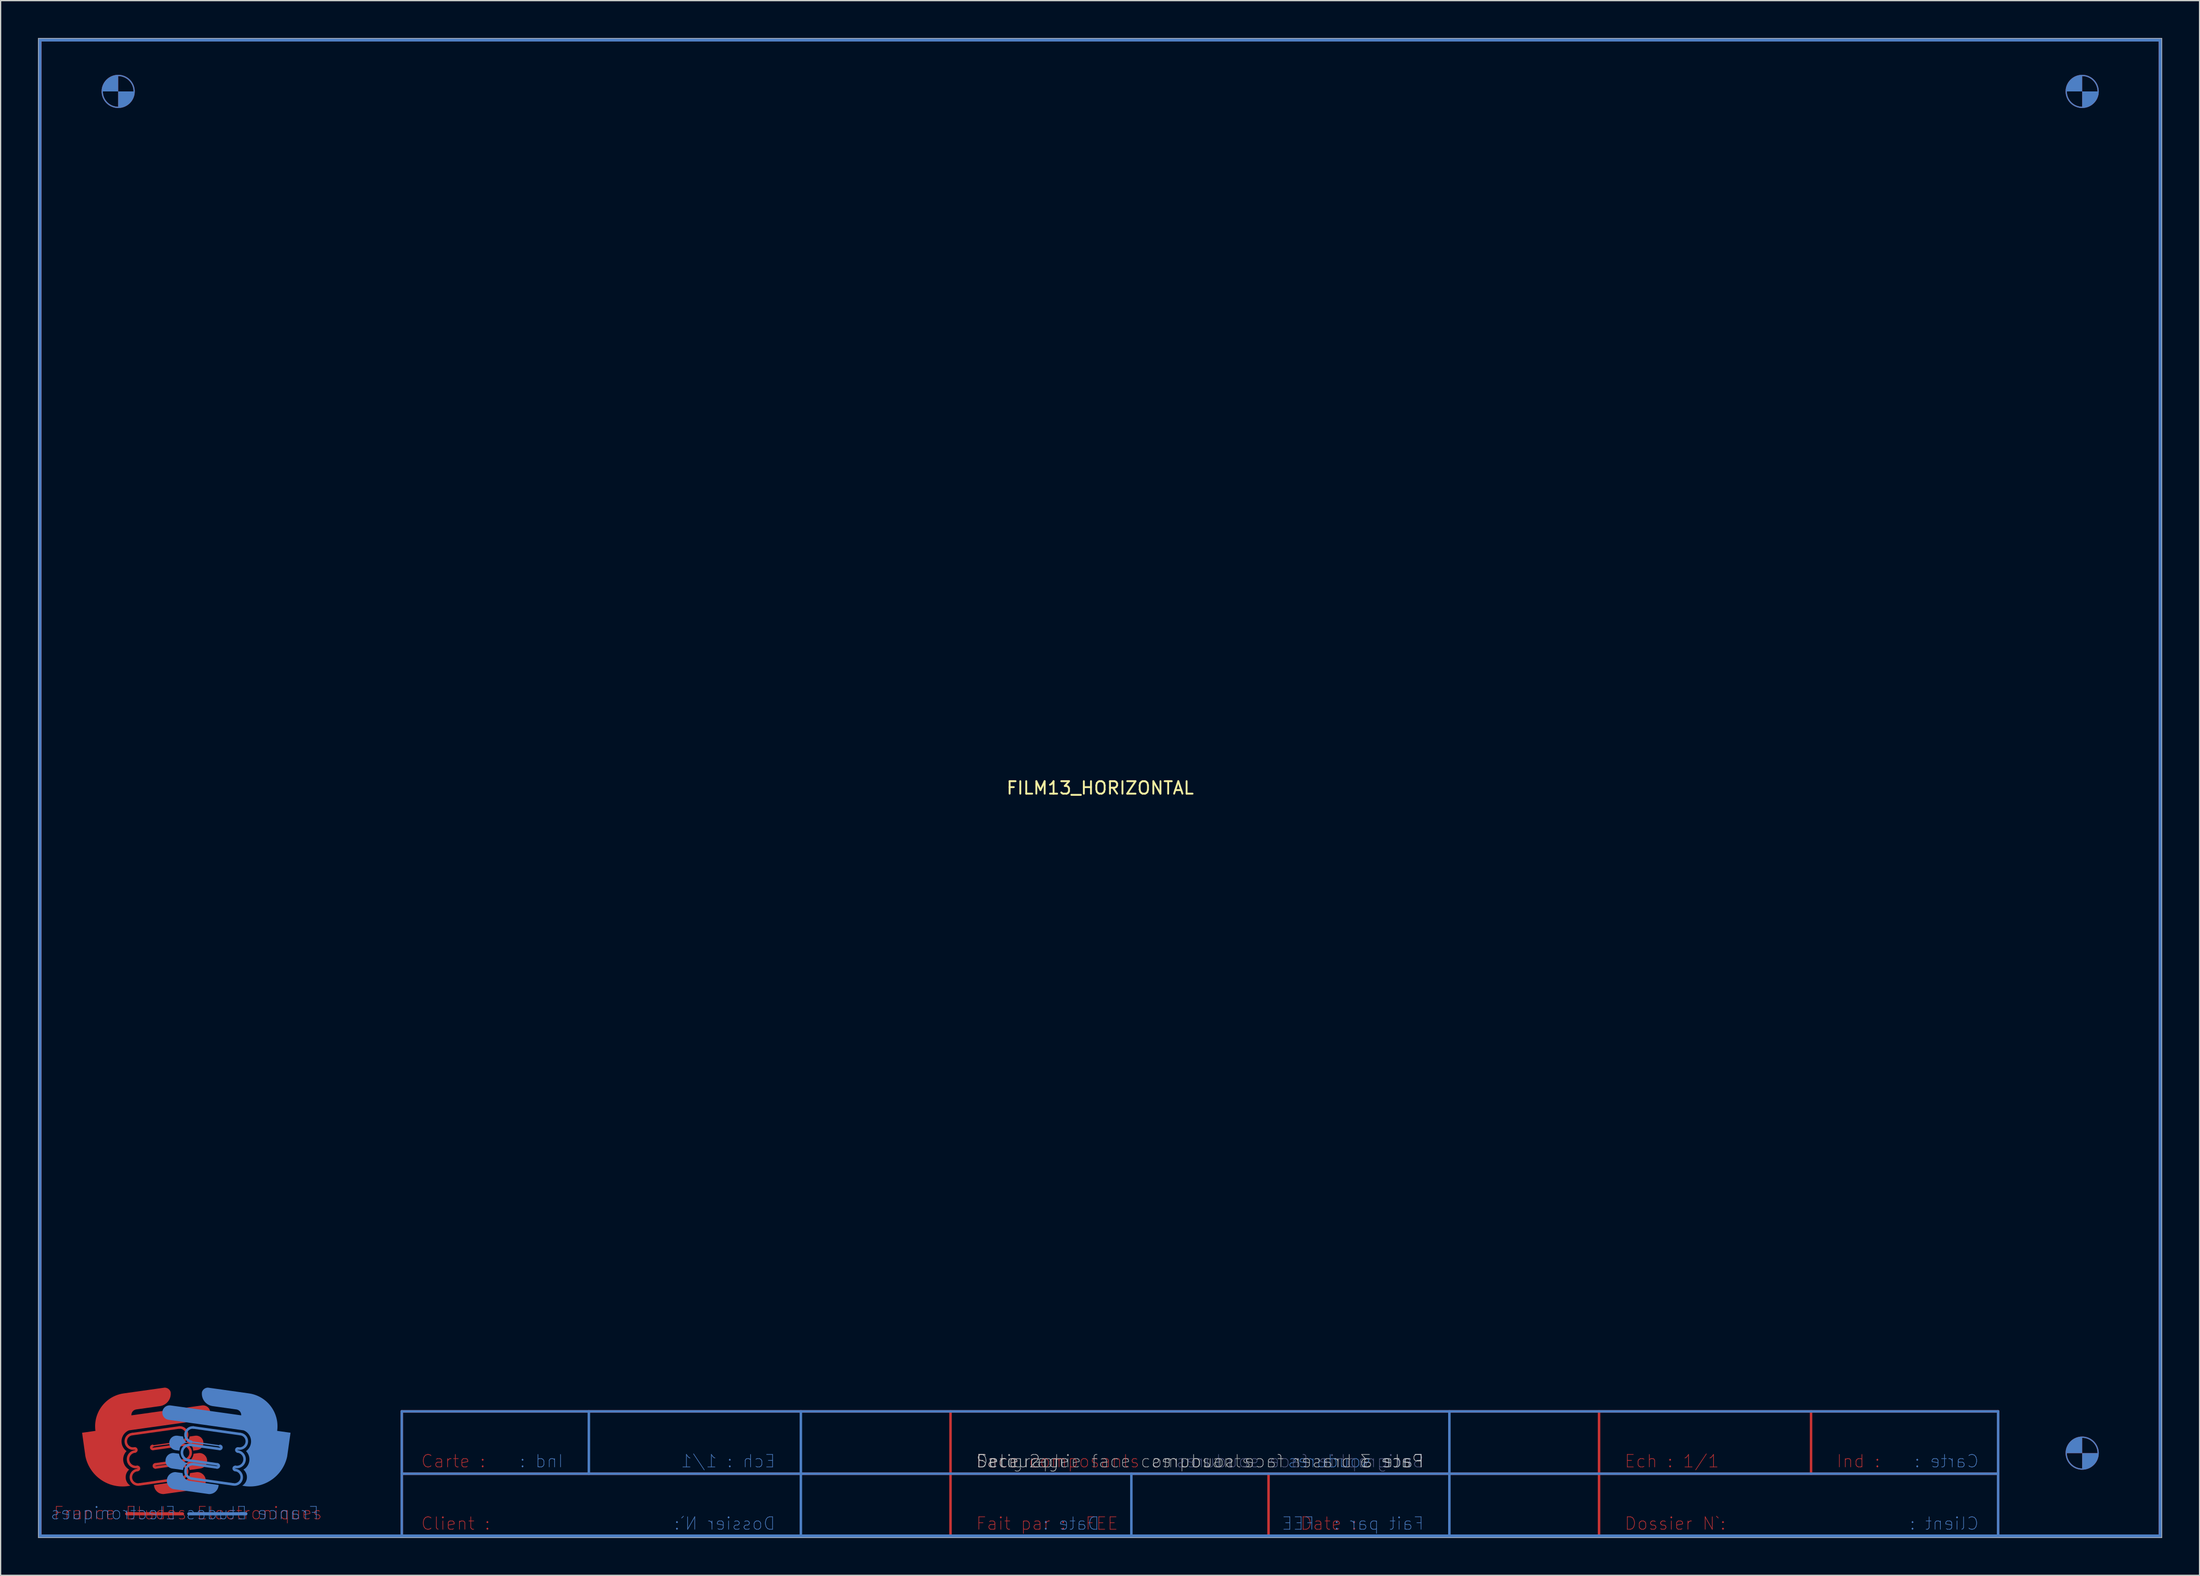
<source format=kicad_pcb>
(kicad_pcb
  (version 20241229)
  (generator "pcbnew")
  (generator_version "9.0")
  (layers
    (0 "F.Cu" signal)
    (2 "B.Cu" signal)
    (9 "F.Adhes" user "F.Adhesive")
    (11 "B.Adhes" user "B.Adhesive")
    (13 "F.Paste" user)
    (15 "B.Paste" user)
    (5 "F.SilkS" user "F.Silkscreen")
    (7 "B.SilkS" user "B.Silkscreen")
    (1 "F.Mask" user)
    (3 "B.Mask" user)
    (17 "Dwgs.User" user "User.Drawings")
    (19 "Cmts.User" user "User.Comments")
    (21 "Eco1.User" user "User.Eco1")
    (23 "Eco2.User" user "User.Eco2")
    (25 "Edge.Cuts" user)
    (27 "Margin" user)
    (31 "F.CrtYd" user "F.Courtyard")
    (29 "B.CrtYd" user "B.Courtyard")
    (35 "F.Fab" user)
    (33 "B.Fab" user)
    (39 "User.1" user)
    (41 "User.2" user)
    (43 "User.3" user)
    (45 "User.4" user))
  (footprint "FILM13_HORIZONTAL"
    (placed yes)
    (layer "F.Cu")
    (at 85.166 60.152)
    (property "Reference" "FILM13_HORIZONTAL" (at 0 0 0) (layer "F.SilkS") (effects (font (size 1 1) (thickness 0.15))))
    (attr through_hole)
    (fp_line (start -85 -60) (end -85 60) (stroke (width 0.254) (type solid)) (layer "F.Cu"))
    (fp_line (start -85 60) (end 85 60) (stroke (width 0.254) (type solid)) (layer "F.Cu"))
    (fp_line (start -78.053 58.216) (end -73.583 58.216) (stroke (width 0.254) (type solid)) (layer "F.Cu"))
    (fp_line (start -77.02 55.855) (end -73.726 55.392) (stroke (width 0.203) (type solid)) (layer "F.Cu"))
    (fp_line (start -75.984 52.769) (end -73.678 52.445) (stroke (width 0.1) (type solid)) (layer "F.Cu"))
    (fp_line (start -75.776 54.252) (end -73.469 53.928) (stroke (width 0.203) (type solid)) (layer "F.Cu"))
    (fp_line (start -73.888 54.239) (end -75.741 54.499) (stroke (width 0.203) (type solid)) (layer "F.Cu"))
    (fp_line (start -73.84 51.292) (end -77.588 51.819) (stroke (width 0.203) (type solid)) (layer "F.Cu"))
    (fp_line (start -73.643 52.692) (end -75.949 53.016) (stroke (width 0.203) (type solid)) (layer "F.Cu"))
    (fp_line (start -56 50) (end -56 60) (stroke (width 0.2) (type solid)) (layer "F.Cu"))
    (fp_line (start -56 55) (end 72 55) (stroke (width 0.2) (type solid)) (layer "F.Cu"))
    (fp_line (start -56 60) (end 72 60) (stroke (width 0.2) (type solid)) (layer "F.Cu"))
    (fp_line (start -12 50) (end -12 60) (stroke (width 0.2) (type solid)) (layer "F.Cu"))
    (fp_line (start -12 60) (end -11.5 60) (stroke (width 0.2) (type solid)) (layer "F.Cu"))
    (fp_line (start 13.5 55) (end 13.5 60) (stroke (width 0.2) (type solid)) (layer "F.Cu"))
    (fp_line (start 40 50) (end 40 60) (stroke (width 0.2) (type solid)) (layer "F.Cu"))
    (fp_line (start 57 50) (end 57 55) (stroke (width 0.2) (type solid)) (layer "F.Cu"))
    (fp_line (start 72 50) (end -56 50) (stroke (width 0.2) (type solid)) (layer "F.Cu"))
    (fp_line (start 72 60) (end 72 50) (stroke (width 0.2) (type solid)) (layer "F.Cu"))
    (fp_line (start 85 -60) (end -85 -60) (stroke (width 0.254) (type solid)) (layer "F.Cu"))
    (fp_line (start 85 60) (end 85 -60) (stroke (width 0.254) (type solid)) (layer "F.Cu"))
    (fp_arc (start -77.46002 -55.87001) (mid -80.01996 -55.87001) (end -77.46002 -55.87001) (stroke (width 0.1016) (type solid)) (layer "F.Cu"))
    (fp_arc (start -77.425631 52.97173) (mid -78.12465 52.48197) (end -77.58769 51.81852) (stroke (width 0.2032) (type solid)) (layer "F.Cu"))
    (fp_arc (start -77.42563 52.97173) (mid -77.284132 53.077843) (end -77.39091 53.21884) (stroke (width 0.2032) (type solid)) (layer "F.Cu"))
    (fp_arc (start -77.21727 54.45441) (mid -77.945633 53.926784) (end -77.39091 53.21884) (stroke (width 0.2032) (type solid)) (layer "F.Cu"))
    (fp_arc (start -77.21727 54.45441) (mid -77.07594 54.560542) (end -77.182541 54.701519) (stroke (width 0.2032) (type solid)) (layer "F.Cu"))
    (fp_arc (start -77.020491 55.854719) (mid -77.716421 55.364527) (end -77.18254 54.70152) (stroke (width 0.2032) (type solid)) (layer "F.Cu"))
    (fp_arc (start -75.9494 53.01626) (mid -76.088658 52.909832) (end -75.98412 52.769149) (stroke (width 0.2032) (type solid)) (layer "F.Cu"))
    (fp_arc (start -75.74104 54.49894) (mid -75.880298 54.392512) (end -75.77576 54.251829) (stroke (width 0.2032) (type solid)) (layer "F.Cu"))
    (fp_arc (start -73.88769 54.238501) (mid -73.219015 54.732522) (end -73.72564 55.3917) (stroke (width 0.2032) (type solid)) (layer "F.Cu"))
    (fp_arc (start -73.839789 51.29184) (mid -73.217044 51.792313) (end -73.67773 52.44504) (stroke (width 0.2032) (type solid)) (layer "F.Cu"))
    (fp_arc (start -73.643 52.69215) (mid -72.929379 53.221857) (end -73.46938 53.92772) (stroke (width 0.2032) (type solid)) (layer "F.Cu"))
    (fp_arc (start 80.01998 -55.87001) (mid 77.46002 -55.87001) (end 80.01998 -55.87001) (stroke (width 0.1016) (type solid)) (layer "F.Cu"))
    (fp_arc (start 80.01998 53.34998) (mid 77.46002 53.34998) (end 80.01998 53.34998) (stroke (width 0.1016) (type solid)) (layer "F.Cu"))
    (fp_poly (pts (xy -78.74 -57.15) (xy -78.74 -55.87) (xy -80.02 -55.87) (xy -80.013 -55.975) (xy -79.997 -56.078) (xy -79.973 -56.181) (xy -79.941 -56.281) (xy -79.902 -56.378) (xy -79.854 -56.471) (xy -79.8 -56.561) (xy -79.738 -56.646) (xy -79.67 -56.726) (xy -79.596 -56.8) (xy -79.516 -56.868) (xy -79.431 -56.93) (xy -79.341 -56.984) (xy -79.248 -57.032) (xy -79.151 -57.071) (xy -79.051 -57.103) (xy -78.948 -57.127) (xy -78.845 -57.143) (xy -78.74 -57.15)) (stroke (width 0) (type solid)) (fill yes) (layer "F.Cu"))
    (fp_poly (pts (xy -78.74 -54.59) (xy -78.74 -55.87) (xy -77.46 -55.87) (xy -77.467 -55.765) (xy -77.483 -55.662) (xy -77.507 -55.559) (xy -77.539 -55.459) (xy -77.578 -55.362) (xy -77.626 -55.269) (xy -77.68 -55.179) (xy -77.742 -55.094) (xy -77.81 -55.014) (xy -77.884 -54.94) (xy -77.964 -54.872) (xy -78.049 -54.81) (xy -78.139 -54.756) (xy -78.232 -54.708) (xy -78.329 -54.669) (xy -78.429 -54.637) (xy -78.532 -54.613) (xy -78.635 -54.597) (xy -78.74 -54.59)) (stroke (width 0) (type solid)) (fill yes) (layer "F.Cu"))
    (fp_poly (pts (xy 78.74 -57.15) (xy 78.74 -55.87) (xy 77.46 -55.87) (xy 77.467 -55.975) (xy 77.483 -56.078) (xy 77.507 -56.181) (xy 77.539 -56.281) (xy 77.578 -56.378) (xy 77.626 -56.471) (xy 77.68 -56.561) (xy 77.742 -56.646) (xy 77.81 -56.726) (xy 77.884 -56.8) (xy 77.964 -56.868) (xy 78.049 -56.93) (xy 78.139 -56.984) (xy 78.232 -57.032) (xy 78.329 -57.071) (xy 78.429 -57.103) (xy 78.532 -57.127) (xy 78.635 -57.143) (xy 78.74 -57.15)) (stroke (width 0) (type solid)) (fill yes) (layer "F.Cu"))
    (fp_poly (pts (xy 78.74 -54.59) (xy 78.74 -55.87) (xy 80.02 -55.87) (xy 80.013 -55.765) (xy 79.997 -55.662) (xy 79.973 -55.559) (xy 79.941 -55.459) (xy 79.902 -55.362) (xy 79.854 -55.269) (xy 79.8 -55.179) (xy 79.738 -55.094) (xy 79.67 -55.014) (xy 79.596 -54.94) (xy 79.516 -54.872) (xy 79.431 -54.81) (xy 79.341 -54.756) (xy 79.248 -54.708) (xy 79.151 -54.669) (xy 79.051 -54.637) (xy 78.948 -54.613) (xy 78.845 -54.597) (xy 78.74 -54.59)) (stroke (width 0) (type solid)) (fill yes) (layer "F.Cu"))
    (fp_poly (pts (xy 78.74 52.07) (xy 78.74 53.35) (xy 77.46 53.35) (xy 77.467 53.245) (xy 77.483 53.142) (xy 77.507 53.039) (xy 77.539 52.939) (xy 77.578 52.842) (xy 77.626 52.749) (xy 77.68 52.659) (xy 77.742 52.574) (xy 77.81 52.494) (xy 77.884 52.42) (xy 77.964 52.352) (xy 78.049 52.29) (xy 78.139 52.236) (xy 78.232 52.188) (xy 78.329 52.149) (xy 78.429 52.117) (xy 78.532 52.093) (xy 78.635 52.077) (xy 78.74 52.07)) (stroke (width 0) (type solid)) (fill yes) (layer "F.Cu"))
    (fp_poly (pts (xy 78.74 54.63) (xy 78.74 53.35) (xy 80.02 53.35) (xy 80.013 53.455) (xy 79.997 53.558) (xy 79.973 53.661) (xy 79.941 53.761) (xy 79.902 53.858) (xy 79.854 53.951) (xy 79.8 54.041) (xy 79.738 54.126) (xy 79.67 54.206) (xy 79.596 54.28) (xy 79.516 54.348) (xy 79.431 54.41) (xy 79.341 54.464) (xy 79.248 54.512) (xy 79.151 54.551) (xy 79.051 54.583) (xy 78.948 54.607) (xy 78.845 54.623) (xy 78.74 54.63)) (stroke (width 0) (type solid)) (fill yes) (layer "F.Cu"))
    (fp_poly (pts (xy -72.409 53.107) (xy -72.731 53.152) (xy -72.736 53.044) (xy -72.76 52.938) (xy -72.802 52.839) (xy -72.861 52.748) (xy -72.935 52.669) (xy -73.022 52.604) (xy -73.118 52.555) (xy -73.222 52.524) (xy -73.329 52.512) (xy -73.248 52.452) (xy -73.176 52.381) (xy -73.116 52.3) (xy -73.069 52.211) (xy -73.036 52.115) (xy -73.018 52.016) (xy -72.571 51.953) (xy -72.469 51.947) (xy -72.368 51.959) (xy -72.27 51.989) (xy -72.179 52.035) (xy -72.097 52.096) (xy -72.028 52.17) (xy -71.972 52.255) (xy -71.932 52.349) (xy -71.909 52.448) (xy -71.904 52.55) (xy -71.916 52.651) (xy -71.946 52.749) (xy -71.993 52.84) (xy -72.055 52.921) (xy -72.129 52.99) (xy -72.215 53.045) (xy -72.309 53.084) (xy -72.409 53.107)) (stroke (width 0) (type solid)) (fill yes) (layer "F.Cu"))
    (fp_poly (pts (xy -73.014 54.704) (xy -73.031 54.604) (xy -73.064 54.509) (xy -73.111 54.42) (xy -73.171 54.339) (xy -73.244 54.269) (xy -73.326 54.211) (xy -73.417 54.167) (xy -73.318 54.142) (xy -73.222 54.106) (xy -73.131 54.059) (xy -73.046 54.002) (xy -72.968 53.936) (xy -72.898 53.861) (xy -72.837 53.779) (xy -72.786 53.691) (xy -72.745 53.597) (xy -72.715 53.5) (xy -72.696 53.399) (xy -72.323 53.347) (xy -72.219 53.34) (xy -72.116 53.35) (xy -72.016 53.378) (xy -71.922 53.421) (xy -71.837 53.48) (xy -71.762 53.551) (xy -71.7 53.635) (xy -71.653 53.727) (xy -71.622 53.826) (xy -71.607 53.928) (xy -71.61 54.032) (xy -71.63 54.134) (xy -71.667 54.231) (xy -71.719 54.32) (xy -71.785 54.4) (xy -71.863 54.468) (xy -71.952 54.522) (xy -72.048 54.56) (xy -72.149 54.582) (xy -73.014 54.704)) (stroke (width 0) (type solid)) (fill yes) (layer "F.Cu"))
    (fp_poly (pts (xy -75.869 55.903) (xy -73.563 55.579) (xy -73.462 55.557) (xy -73.366 55.521) (xy -73.276 55.47) (xy -73.195 55.406) (xy -73.125 55.33) (xy -73.067 55.245) (xy -73.023 55.152) (xy -72.993 55.053) (xy -72.979 54.951) (xy -72.403 54.87) (xy -72.299 54.878) (xy -72.198 54.902) (xy -72.101 54.941) (xy -72.012 54.993) (xy -71.931 55.059) (xy -71.861 55.135) (xy -71.803 55.222) (xy -71.759 55.316) (xy -71.729 55.416) (xy -71.714 55.519) (xy -71.715 55.623) (xy -71.732 55.725) (xy -71.764 55.824) (xy -71.81 55.917) (xy -71.87 56.003) (xy -71.941 56.078) (xy -72.024 56.142) (xy -72.114 56.192) (xy -72.212 56.229) (xy -75.095 56.634) (xy -75.202 56.629) (xy -75.308 56.609) (xy -75.409 56.575) (xy -75.505 56.526) (xy -75.593 56.464) (xy -75.671 56.39) (xy -75.738 56.306) (xy -75.792 56.214) (xy -75.833 56.114) (xy -75.859 56.01) (xy -75.869 55.903)) (stroke (width 0) (type solid)) (fill yes) (layer "F.Cu"))
    (fp_poly (pts (xy -80.563 51.565) (xy -80.576 51.463) (xy -80.584 51.362) (xy -80.588 51.26) (xy -80.589 51.158) (xy -80.586 51.056) (xy -80.578 50.954) (xy -80.567 50.853) (xy -80.552 50.752) (xy -80.533 50.652) (xy -80.511 50.552) (xy -80.484 50.454) (xy -80.454 50.357) (xy -80.42 50.26) (xy -80.382 50.166) (xy -80.341 50.072) (xy -80.297 49.981) (xy -80.248 49.891) (xy -80.197 49.803) (xy -80.142 49.717) (xy -80.084 49.633) (xy -80.022 49.552) (xy -79.958 49.473) (xy -79.89 49.396) (xy -79.82 49.323) (xy -79.747 49.251) (xy -79.671 49.183) (xy -79.593 49.118) (xy -79.512 49.056) (xy -79.429 48.996) (xy -79.344 48.941) (xy -79.256 48.888) (xy -79.167 48.839) (xy -79.076 48.793) (xy -78.983 48.751) (xy -78.889 48.712) (xy -78.793 48.677) (xy -78.696 48.646) (xy -78.598 48.618) (xy -78.499 48.594) (xy -78.399 48.575) (xy -78.298 48.558) (xy -75.003 48.095) (xy -74.899 48.109) (xy -74.801 48.143) (xy -74.711 48.197) (xy -74.635 48.268) (xy -74.574 48.353) (xy -74.533 48.449) (xy -74.525 48.553) (xy -74.527 48.658) (xy -74.54 48.761) (xy -74.563 48.863) (xy -74.598 48.962) (xy -74.642 49.056) (xy -74.696 49.145) (xy -74.758 49.229) (xy -74.829 49.305) (xy -74.908 49.374) (xy -74.994 49.434) (xy -75.085 49.485) (xy -75.181 49.526) (xy -75.28 49.556) (xy -75.383 49.577) (xy -77.329 49.85) (xy -77.429 49.886) (xy -77.518 49.943) (xy -77.592 50.02) (xy -77.645 50.112) (xy -77.676 50.214) (xy -77.683 50.32) (xy -72.03 49.526) (xy -71.928 49.518) (xy -71.825 49.529) (xy -71.727 49.558) (xy -71.635 49.603) (xy -71.552 49.664) (xy -71.481 49.739) (xy -71.425 49.825) (xy -71.384 49.919) (xy -71.361 50.02) (xy -71.356 50.122) (xy -71.369 50.224) (xy -71.399 50.322) (xy -71.447 50.413) (xy -71.509 50.495) (xy -71.585 50.564) (xy -71.672 50.619) (xy -71.767 50.657) (xy -71.868 50.679) (xy -77.881 51.524) (xy -77.973 51.568) (xy -78.06 51.621) (xy -78.14 51.684) (xy -78.214 51.755) (xy -78.279 51.833) (xy -78.336 51.917) (xy -78.383 52.008) (xy -78.421 52.102) (xy -78.448 52.2) (xy -78.465 52.301) (xy -78.471 52.403) (xy -78.466 52.504) (xy -78.45 52.605) (xy -78.424 52.704) (xy -78.387 52.799) (xy -78.34 52.889) (xy -78.284 52.974) (xy -78.22 53.053) (xy -78.147 53.125) (xy -78.067 53.188) (xy -78.135 53.264) (xy -78.194 53.347) (xy -78.243 53.436) (xy -78.283 53.53) (xy -78.313 53.627) (xy -78.331 53.727) (xy -78.339 53.828) (xy -78.336 53.93) (xy -78.322 54.031) (xy -78.297 54.13) (xy -78.261 54.225) (xy -78.216 54.316) (xy -78.161 54.402) (xy -78.097 54.481) (xy -78.024 54.553) (xy -77.945 54.616) (xy -77.859 54.671) (xy -77.931 54.74) (xy -77.994 54.818) (xy -78.046 54.904) (xy -78.088 54.995) (xy -78.118 55.091) (xy -78.135 55.189) (xy -78.14 55.289) (xy -78.133 55.389) (xy -78.113 55.487) (xy -78.081 55.582) (xy -78.037 55.673) (xy -77.982 55.757) (xy -77.917 55.833) (xy -77.844 55.901) (xy -77.762 55.959) (xy -77.862 55.978) (xy -77.962 55.994) (xy -78.063 56.007) (xy -78.164 56.016) (xy -78.266 56.022) (xy -78.368 56.024) (xy -78.469 56.023) (xy -78.571 56.019) (xy -78.672 56.011) (xy -78.773 56) (xy -78.874 55.986) (xy -78.974 55.968) (xy -79.074 55.947) (xy -79.172 55.922) (xy -79.27 55.895) (xy -79.367 55.864) (xy -79.463 55.829) (xy -79.557 55.792) (xy -79.651 55.751) (xy -79.742 55.708) (xy -79.833 55.661) (xy -79.922 55.611) (xy -80.009 55.559) (xy -80.094 55.503) (xy -80.177 55.445) (xy -80.258 55.384) (xy -80.338 55.32) (xy -80.415 55.254) (xy -80.49 55.185) (xy -80.562 55.113) (xy -80.632 55.039) (xy -80.7 54.963) (xy -80.764 54.885) (xy -80.827 54.805) (xy -80.886 54.722) (xy -80.943 54.638) (xy -80.997 54.552) (xy -81.048 54.464) (xy -81.096 54.374) (xy -81.141 54.283) (xy -81.183 54.19) (xy -81.222 54.096) (xy -81.258 54.001) (xy -81.29 53.905) (xy -81.319 53.807) (xy -81.345 53.709) (xy -81.368 53.61) (xy -81.634 51.715) (xy -80.563 51.565)) (stroke (width 0) (type solid)) (fill yes) (layer "F.Cu"))
    (fp_line (start -85.014 -60) (end -85.014 60) (stroke (width 0.254) (type solid)) (layer "B.Cu"))
    (fp_line (start -85.014 60) (end 85 60) (stroke (width 0.254) (type solid)) (layer "B.Cu"))
    (fp_line (start -72.913 52.692) (end -70.606 53.016) (stroke (width 0.203) (type solid)) (layer "B.Cu"))
    (fp_line (start -72.716 51.292) (end -68.968 51.819) (stroke (width 0.203) (type solid)) (layer "B.Cu"))
    (fp_line (start -72.668 54.239) (end -70.814 54.499) (stroke (width 0.203) (type solid)) (layer "B.Cu"))
    (fp_line (start -70.78 54.252) (end -73.086 53.928) (stroke (width 0.203) (type solid)) (layer "B.Cu"))
    (fp_line (start -70.571 52.769) (end -72.878 52.445) (stroke (width 0.1) (type solid)) (layer "B.Cu"))
    (fp_line (start -69.535 55.855) (end -72.83 55.392) (stroke (width 0.203) (type solid)) (layer "B.Cu"))
    (fp_line (start -68.503 58.216) (end -73.075 58.216) (stroke (width 0.254) (type solid)) (layer "B.Cu"))
    (fp_line (start -56 50) (end 72 50) (stroke (width 0.2) (type solid)) (layer "B.Cu"))
    (fp_line (start -56 60) (end -56 50) (stroke (width 0.2) (type solid)) (layer "B.Cu"))
    (fp_line (start -41 50) (end -41 55) (stroke (width 0.2) (type solid)) (layer "B.Cu"))
    (fp_line (start -24 50) (end -24 60) (stroke (width 0.2) (type solid)) (layer "B.Cu"))
    (fp_line (start 2.5 55) (end 2.5 60) (stroke (width 0.2) (type solid)) (layer "B.Cu"))
    (fp_line (start 28 50) (end 28 60) (stroke (width 0.2) (type solid)) (layer "B.Cu"))
    (fp_line (start 28 60) (end 27.5 60) (stroke (width 0.2) (type solid)) (layer "B.Cu"))
    (fp_line (start 72 50) (end 72 60) (stroke (width 0.2) (type solid)) (layer "B.Cu"))
    (fp_line (start 72 55) (end -56 55) (stroke (width 0.2) (type solid)) (layer "B.Cu"))
    (fp_line (start 72 60) (end -56 60) (stroke (width 0.2) (type solid)) (layer "B.Cu"))
    (fp_line (start 85 -60) (end -85.014 -60) (stroke (width 0.254) (type solid)) (layer "B.Cu"))
    (fp_line (start 85 60) (end 85 -60) (stroke (width 0.254) (type solid)) (layer "B.Cu"))
    (fp_arc (start -77.46002 -55.87001) (mid -80.01996 -55.87001) (end -77.46002 -55.87001) (stroke (width 0.1016) (type solid)) (layer "B.Cu"))
    (fp_arc (start -73.08617 53.92772) (mid -73.62679 53.221764) (end -72.91254 52.692149) (stroke (width 0.2032) (type solid)) (layer "B.Cu"))
    (fp_arc (start -72.87781 52.44504) (mid -73.338348 51.792333) (end -72.71575 51.291839) (stroke (width 0.2032) (type solid)) (layer "B.Cu"))
    (fp_arc (start -72.82991 55.3917) (mid -73.336494 54.732522) (end -72.66785 54.238501) (stroke (width 0.2032) (type solid)) (layer "B.Cu"))
    (fp_arc (start -70.77978 54.251831) (mid -70.671905 54.392982) (end -70.8145 54.49894) (stroke (width 0.2032) (type solid)) (layer "B.Cu"))
    (fp_arc (start -70.57142 52.769151) (mid -70.463545 52.910302) (end -70.60614 53.01626) (stroke (width 0.2032) (type solid)) (layer "B.Cu"))
    (fp_arc (start -69.373001 54.701521) (mid -69.478781 54.560657) (end -69.33827 54.45441) (stroke (width 0.2032) (type solid)) (layer "B.Cu"))
    (fp_arc (start -69.373 54.70152) (mid -68.839118 55.364527) (end -69.535049 55.854719) (stroke (width 0.2032) (type solid)) (layer "B.Cu"))
    (fp_arc (start -69.16463 53.21884) (mid -68.609907 53.926784) (end -69.33827 54.45441) (stroke (width 0.2032) (type solid)) (layer "B.Cu"))
    (fp_arc (start -69.16463 53.21884) (mid -69.270244 53.078007) (end -69.12991 52.97173) (stroke (width 0.2032) (type solid)) (layer "B.Cu"))
    (fp_arc (start -68.96785 51.81852) (mid -68.43089 52.48197) (end -69.129909 52.97173) (stroke (width 0.2032) (type solid)) (layer "B.Cu"))
    (fp_arc (start 80.01998 -55.87001) (mid 77.46002 -55.87001) (end 80.01998 -55.87001) (stroke (width 0.1016) (type solid)) (layer "B.Cu"))
    (fp_arc (start 80.01998 53.34998) (mid 77.46002 53.34998) (end 80.01998 53.34998) (stroke (width 0.1016) (type solid)) (layer "B.Cu"))
    (fp_poly (pts (xy -78.74 -57.15) (xy -78.74 -55.87) (xy -80.02 -55.87) (xy -80.013 -55.975) (xy -79.997 -56.078) (xy -79.973 -56.181) (xy -79.941 -56.281) (xy -79.902 -56.378) (xy -79.854 -56.471) (xy -79.8 -56.561) (xy -79.738 -56.646) (xy -79.67 -56.726) (xy -79.596 -56.8) (xy -79.516 -56.868) (xy -79.431 -56.93) (xy -79.341 -56.984) (xy -79.248 -57.032) (xy -79.151 -57.071) (xy -79.051 -57.103) (xy -78.948 -57.127) (xy -78.845 -57.143) (xy -78.74 -57.15)) (stroke (width 0) (type solid)) (fill yes) (layer "B.Cu"))
    (fp_poly (pts (xy -78.74 -54.59) (xy -78.74 -55.87) (xy -77.46 -55.87) (xy -77.467 -55.765) (xy -77.483 -55.662) (xy -77.507 -55.559) (xy -77.539 -55.459) (xy -77.578 -55.362) (xy -77.626 -55.269) (xy -77.68 -55.179) (xy -77.742 -55.094) (xy -77.81 -55.014) (xy -77.884 -54.94) (xy -77.964 -54.872) (xy -78.049 -54.81) (xy -78.139 -54.756) (xy -78.232 -54.708) (xy -78.329 -54.669) (xy -78.429 -54.637) (xy -78.532 -54.613) (xy -78.635 -54.597) (xy -78.74 -54.59)) (stroke (width 0) (type solid)) (fill yes) (layer "B.Cu"))
    (fp_poly (pts (xy 78.74 -57.15) (xy 78.74 -55.87) (xy 77.46 -55.87) (xy 77.467 -55.975) (xy 77.483 -56.078) (xy 77.507 -56.181) (xy 77.539 -56.281) (xy 77.578 -56.378) (xy 77.626 -56.471) (xy 77.68 -56.561) (xy 77.742 -56.646) (xy 77.81 -56.726) (xy 77.884 -56.8) (xy 77.964 -56.868) (xy 78.049 -56.93) (xy 78.139 -56.984) (xy 78.232 -57.032) (xy 78.329 -57.071) (xy 78.429 -57.103) (xy 78.532 -57.127) (xy 78.635 -57.143) (xy 78.74 -57.15)) (stroke (width 0) (type solid)) (fill yes) (layer "B.Cu"))
    (fp_poly (pts (xy 78.74 -54.59) (xy 78.74 -55.87) (xy 80.02 -55.87) (xy 80.013 -55.765) (xy 79.997 -55.662) (xy 79.973 -55.559) (xy 79.941 -55.459) (xy 79.902 -55.362) (xy 79.854 -55.269) (xy 79.8 -55.179) (xy 79.738 -55.094) (xy 79.67 -55.014) (xy 79.596 -54.94) (xy 79.516 -54.872) (xy 79.431 -54.81) (xy 79.341 -54.756) (xy 79.248 -54.708) (xy 79.151 -54.669) (xy 79.051 -54.637) (xy 78.948 -54.613) (xy 78.845 -54.597) (xy 78.74 -54.59)) (stroke (width 0) (type solid)) (fill yes) (layer "B.Cu"))
    (fp_poly (pts (xy 78.74 52.07) (xy 78.74 53.35) (xy 77.46 53.35) (xy 77.467 53.245) (xy 77.483 53.142) (xy 77.507 53.039) (xy 77.539 52.939) (xy 77.578 52.842) (xy 77.626 52.749) (xy 77.68 52.659) (xy 77.742 52.574) (xy 77.81 52.494) (xy 77.884 52.42) (xy 77.964 52.352) (xy 78.049 52.29) (xy 78.139 52.236) (xy 78.232 52.188) (xy 78.329 52.149) (xy 78.429 52.117) (xy 78.532 52.093) (xy 78.635 52.077) (xy 78.74 52.07)) (stroke (width 0) (type solid)) (fill yes) (layer "B.Cu"))
    (fp_poly (pts (xy 78.74 54.63) (xy 78.74 53.35) (xy 80.02 53.35) (xy 80.013 53.455) (xy 79.997 53.558) (xy 79.973 53.661) (xy 79.941 53.761) (xy 79.902 53.858) (xy 79.854 53.951) (xy 79.8 54.041) (xy 79.738 54.126) (xy 79.67 54.206) (xy 79.596 54.28) (xy 79.516 54.348) (xy 79.431 54.41) (xy 79.341 54.464) (xy 79.248 54.512) (xy 79.151 54.551) (xy 79.051 54.583) (xy 78.948 54.607) (xy 78.845 54.623) (xy 78.74 54.63)) (stroke (width 0) (type solid)) (fill yes) (layer "B.Cu"))
    (fp_poly (pts (xy -74.147 53.107) (xy -74.245 53.084) (xy -74.338 53.044) (xy -74.423 52.988) (xy -74.497 52.919) (xy -74.558 52.838) (xy -74.604 52.748) (xy -74.633 52.651) (xy -74.645 52.55) (xy -74.64 52.449) (xy -74.617 52.351) (xy -74.578 52.257) (xy -74.523 52.173) (xy -74.454 52.098) (xy -74.373 52.037) (xy -74.283 51.991) (xy -74.186 51.961) (xy -74.086 51.949) (xy -73.985 51.953) (xy -73.538 52.016) (xy -73.519 52.115) (xy -73.486 52.211) (xy -73.439 52.3) (xy -73.379 52.381) (xy -73.308 52.452) (xy -73.226 52.512) (xy -73.334 52.524) (xy -73.437 52.555) (xy -73.534 52.604) (xy -73.621 52.669) (xy -73.694 52.748) (xy -73.753 52.839) (xy -73.796 52.938) (xy -73.82 53.044) (xy -73.825 53.152) (xy -74.147 53.107)) (stroke (width 0) (type solid)) (fill yes) (layer "B.Cu"))
    (fp_poly (pts (xy -73.542 54.704) (xy -74.406 54.582) (xy -74.508 54.56) (xy -74.604 54.522) (xy -74.692 54.468) (xy -74.771 54.4) (xy -74.837 54.32) (xy -74.889 54.231) (xy -74.925 54.134) (xy -74.945 54.032) (xy -74.948 53.928) (xy -74.934 53.826) (xy -74.902 53.727) (xy -74.855 53.635) (xy -74.794 53.551) (xy -74.719 53.48) (xy -74.633 53.421) (xy -74.539 53.378) (xy -74.439 53.35) (xy -74.336 53.34) (xy -74.233 53.347) (xy -73.86 53.399) (xy -73.841 53.5) (xy -73.811 53.597) (xy -73.77 53.691) (xy -73.718 53.779) (xy -73.657 53.861) (xy -73.587 53.936) (xy -73.509 54.002) (xy -73.424 54.059) (xy -73.333 54.106) (xy -73.238 54.142) (xy -73.139 54.167) (xy -73.229 54.211) (xy -73.312 54.269) (xy -73.384 54.339) (xy -73.445 54.42) (xy -73.492 54.509) (xy -73.524 54.604) (xy -73.542 54.704)) (stroke (width 0) (type solid)) (fill yes) (layer "B.Cu"))
    (fp_poly (pts (xy -70.686 55.903) (xy -70.697 56.01) (xy -70.723 56.114) (xy -70.764 56.214) (xy -70.818 56.306) (xy -70.885 56.39) (xy -70.963 56.464) (xy -71.051 56.526) (xy -71.146 56.575) (xy -71.248 56.609) (xy -71.354 56.629) (xy -71.461 56.634) (xy -74.344 56.229) (xy -74.441 56.192) (xy -74.532 56.142) (xy -74.614 56.078) (xy -74.686 56.002) (xy -74.745 55.917) (xy -74.792 55.824) (xy -74.823 55.725) (xy -74.84 55.623) (xy -74.841 55.519) (xy -74.827 55.416) (xy -74.797 55.316) (xy -74.753 55.222) (xy -74.695 55.135) (xy -74.625 55.059) (xy -74.544 54.993) (xy -74.454 54.941) (xy -74.358 54.902) (xy -74.256 54.878) (xy -74.153 54.87) (xy -73.576 54.951) (xy -73.562 55.053) (xy -73.533 55.152) (xy -73.489 55.245) (xy -73.431 55.33) (xy -73.361 55.406) (xy -73.28 55.47) (xy -73.19 55.521) (xy -73.093 55.557) (xy -72.993 55.579) (xy -70.686 55.903)) (stroke (width 0) (type solid)) (fill yes) (layer "B.Cu"))
    (fp_poly (pts (xy -65.992 51.565) (xy -64.921 51.715) (xy -65.188 53.61) (xy -65.21 53.709) (xy -65.236 53.807) (xy -65.266 53.905) (xy -65.298 54.001) (xy -65.334 54.096) (xy -65.372 54.19) (xy -65.414 54.283) (xy -65.459 54.374) (xy -65.508 54.464) (xy -65.559 54.552) (xy -65.612 54.638) (xy -65.669 54.722) (xy -65.729 54.805) (xy -65.791 54.885) (xy -65.856 54.963) (xy -65.924 55.039) (xy -65.994 55.113) (xy -66.066 55.185) (xy -66.141 55.254) (xy -66.218 55.32) (xy -66.297 55.384) (xy -66.378 55.445) (xy -66.462 55.503) (xy -66.547 55.559) (xy -66.634 55.611) (xy -66.723 55.661) (xy -66.813 55.708) (xy -66.905 55.751) (xy -66.998 55.792) (xy -67.093 55.829) (xy -67.189 55.864) (xy -67.285 55.895) (xy -67.383 55.922) (xy -67.482 55.947) (xy -67.581 55.968) (xy -67.682 55.986) (xy -67.782 56) (xy -67.883 56.011) (xy -67.985 56.019) (xy -68.086 56.023) (xy -68.188 56.024) (xy -68.29 56.022) (xy -68.391 56.016) (xy -68.493 56.007) (xy -68.593 55.994) (xy -68.694 55.978) (xy -68.794 55.959) (xy -68.712 55.901) (xy -68.638 55.833) (xy -68.573 55.757) (xy -68.519 55.673) (xy -68.475 55.582) (xy -68.443 55.487) (xy -68.423 55.389) (xy -68.415 55.289) (xy -68.42 55.189) (xy -68.438 55.091) (xy -68.468 54.995) (xy -68.509 54.904) (xy -68.562 54.818) (xy -68.625 54.74) (xy -68.697 54.671) (xy -68.611 54.616) (xy -68.531 54.553) (xy -68.459 54.481) (xy -68.395 54.402) (xy -68.34 54.316) (xy -68.294 54.225) (xy -68.259 54.13) (xy -68.234 54.031) (xy -68.22 53.93) (xy -68.216 53.828) (xy -68.224 53.727) (xy -68.243 53.627) (xy -68.272 53.53) (xy -68.312 53.436) (xy -68.362 53.347) (xy -68.421 53.264) (xy -68.488 53.188) (xy -68.408 53.125) (xy -68.336 53.053) (xy -68.271 52.974) (xy -68.215 52.889) (xy -68.169 52.799) (xy -68.132 52.704) (xy -68.106 52.605) (xy -68.09 52.504) (xy -68.085 52.403) (xy -68.091 52.301) (xy -68.107 52.2) (xy -68.135 52.102) (xy -68.172 52.008) (xy -68.22 51.917) (xy -68.277 51.833) (xy -68.342 51.755) (xy -68.415 51.684) (xy -68.496 51.621) (xy -68.583 51.568) (xy -68.674 51.524) (xy -74.688 50.679) (xy -74.788 50.657) (xy -74.883 50.619) (xy -74.97 50.564) (xy -75.046 50.495) (xy -75.109 50.413) (xy -75.156 50.322) (xy -75.187 50.224) (xy -75.2 50.122) (xy -75.194 50.02) (xy -75.171 49.919) (xy -75.131 49.825) (xy -75.074 49.739) (xy -75.004 49.664) (xy -74.921 49.603) (xy -74.829 49.558) (xy -74.73 49.529) (xy -74.628 49.518) (xy -74.525 49.526) (xy -68.873 50.32) (xy -68.879 50.214) (xy -68.91 50.112) (xy -68.964 50.02) (xy -69.037 49.943) (xy -69.127 49.886) (xy -69.227 49.85) (xy -71.173 49.577) (xy -71.275 49.556) (xy -71.375 49.526) (xy -71.471 49.485) (xy -71.562 49.434) (xy -71.647 49.374) (xy -71.726 49.305) (xy -71.797 49.229) (xy -71.86 49.145) (xy -71.914 49.056) (xy -71.958 48.962) (xy -71.992 48.863) (xy -72.016 48.761) (xy -72.029 48.658) (xy -72.031 48.553) (xy -72.022 48.449) (xy -71.981 48.353) (xy -71.921 48.268) (xy -71.844 48.197) (xy -71.755 48.143) (xy -71.656 48.109) (xy -71.553 48.095) (xy -68.258 48.558) (xy -68.157 48.575) (xy -68.057 48.594) (xy -67.958 48.618) (xy -67.86 48.646) (xy -67.763 48.677) (xy -67.667 48.712) (xy -67.572 48.751) (xy -67.48 48.793) (xy -67.389 48.839) (xy -67.299 48.888) (xy -67.212 48.941) (xy -67.127 48.996) (xy -67.043 49.056) (xy -66.963 49.118) (xy -66.884 49.183) (xy -66.809 49.251) (xy -66.736 49.323) (xy -66.665 49.396) (xy -66.598 49.473) (xy -66.533 49.552) (xy -66.472 49.633) (xy -66.414 49.717) (xy -66.359 49.803) (xy -66.307 49.891) (xy -66.259 49.981) (xy -66.214 50.072) (xy -66.173 50.166) (xy -66.135 50.26) (xy -66.102 50.357) (xy -66.071 50.454) (xy -66.045 50.552) (xy -66.022 50.652) (xy -66.003 50.752) (xy -65.988 50.853) (xy -65.977 50.954) (xy -65.97 51.056) (xy -65.967 51.158) (xy -65.967 51.26) (xy -65.972 51.362) (xy -65.98 51.463) (xy -65.992 51.565)) (stroke (width 0) (type solid)) (fill yes) (layer "B.Cu"))
    (fp_line (start -85.141 -60.127) (end 85.127 -60.127) (stroke (width 0.05) (type solid)) (layer "Dwgs.User"))
    (fp_line (start -85.141 60.127) (end -85.141 -60.127) (stroke (width 0.05) (type solid)) (layer "Dwgs.User"))
    (fp_line (start 85.127 -60.127) (end 85.127 60.127) (stroke (width 0.05) (type solid)) (layer "Dwgs.User"))
    (fp_line (start 85.127 60.127) (end -85.141 60.127) (stroke (width 0.05) (type solid)) (layer "Dwgs.User"))
    (fp_text user "Ech : 1/1" (at 42 53.996 0) (layer "F.Cu") (effects (font (size 1 1) (thickness 0.05)) (justify left)))
    (fp_text user "Date :" (at 16 58.996 0) (layer "F.Cu") (effects (font (size 1 1) (thickness 0.05)) (justify left)))
    (fp_text user "Carte :" (at -54.5 53.996 0) (layer "F.Cu") (effects (font (size 1 1) (thickness 0.05)) (justify left)))
    (fp_text user "Ind :" (at 59 53.996 0) (layer "F.Cu") (effects (font (size 1 1) (thickness 0.05)) (justify left)))
    (fp_text user "France Etudes Electroniques " (at -72.77 58.163 0) (layer "F.Cu") (effects (font (size 1 1) (thickness 0.05))))
    (fp_text user "Dossier N`:" (at 42 58.996 0) (layer "F.Cu") (effects (font (size 1 1) (thickness 0.05)) (justify left)))
    (fp_text user "Face composants" (at -10 53.996 0) (layer "F.Cu") (effects (font (size 1 1) (thickness 0.05)) (justify left)))
    (fp_text user "Fait par :  FEE" (at -10 58.996 0) (layer "F.Cu") (effects (font (size 1 1) (thickness 0.05)) (justify left)))
    (fp_text user "Client :" (at -54.5 58.996 0) (layer "F.Cu") (effects (font (size 1 1) (thickness 0.05)) (justify left)))
    (fp_text user "Vernis epargne face composants" (at -10 53.996 0) (layer "F.Mask") (effects (font (size 1 1) (thickness 0.05)) (justify left)))
    (fp_text user "Date :" (at 0 58.996 0) (layer "B.Cu") (effects (font (size 1 1) (thickness 0.05)) (justify left mirror)))
    (fp_text user "France Etudes Electroniques " (at -73.786 58.163 0) (layer "B.Cu") (effects (font (size 1 1) (thickness 0.05)) (justify mirror)))
    (fp_text user "Carte :" (at 70.5 53.996 0) (layer "B.Cu") (effects (font (size 1 1) (thickness 0.05)) (justify left mirror)))
    (fp_text user "Fait par :  FEE" (at 26 58.996 0) (layer "B.Cu") (effects (font (size 1 1) (thickness 0.05)) (justify left mirror)))
    (fp_text user "Dossier N`:" (at -26 58.996 0) (layer "B.Cu") (effects (font (size 1 1) (thickness 0.05)) (justify left mirror)))
    (fp_text user "Face soudures" (at 26 53.996 0) (layer "B.Cu") (effects (font (size 1 1) (thickness 0.05)) (justify left mirror)))
    (fp_text user "Client :" (at 70.5 58.996 0) (layer "B.Cu") (effects (font (size 1 1) (thickness 0.05)) (justify left mirror)))
    (fp_text user "Ech : 1/1" (at -26 53.996 0) (layer "B.Cu") (effects (font (size 1 1) (thickness 0.05)) (justify left mirror)))
    (fp_text user "Ind :" (at -43 53.996 0) (layer "B.Cu") (effects (font (size 1 1) (thickness 0.05)) (justify left mirror)))
    (fp_text user "Vernis epargne face soudures" (at 26 53.996 0) (layer "B.Mask") (effects (font (size 1 1) (thickness 0.05)) (justify left mirror)))
    (fp_text user "Pate a braser face composants" (at -10 53.996 0) (layer "F.Paste") (effects (font (size 1 1) (thickness 0.05)) (justify left)))
    (fp_text user "Pate a braser face soudures" (at 26 53.996 0) (layer "Dwgs.User") (effects (font (size 1 1) (thickness 0.05)) (justify left mirror)))
    (fp_text user "Detourage" (at -10 53.996 0) (layer "Dwgs.User") (effects (font (size 1 1) (thickness 0.05)) (justify left)))
    (fp_text user "Face 2" (at -10 53.996 0) (layer "Dwgs.User") (effects (font (size 1 1) (thickness 0.05)) (justify left)))
    (fp_text user "Face 3" (at 26 53.996 0) (layer "Dwgs.User") (effects (font (size 1 1) (thickness 0.05)) (justify left mirror)))
    (fp_text user "Serigraphie face soudures" (at 26 53.996 0) (layer "B.Fab") (effects (font (size 1 1) (thickness 0.05)) (justify left mirror)))
    (fp_text user "Serigraphie face composants" (at -10 53.996 0) (layer "F.Fab") (effects (font (size 1 1) (thickness 0.05)) (justify left))))
  (gr_rect
    (start -3 -3)
    (end 173.318 123.304)
    (stroke (width 0.1) (type default))
    (fill no)
    (layer "Edge.Cuts")))
</source>
